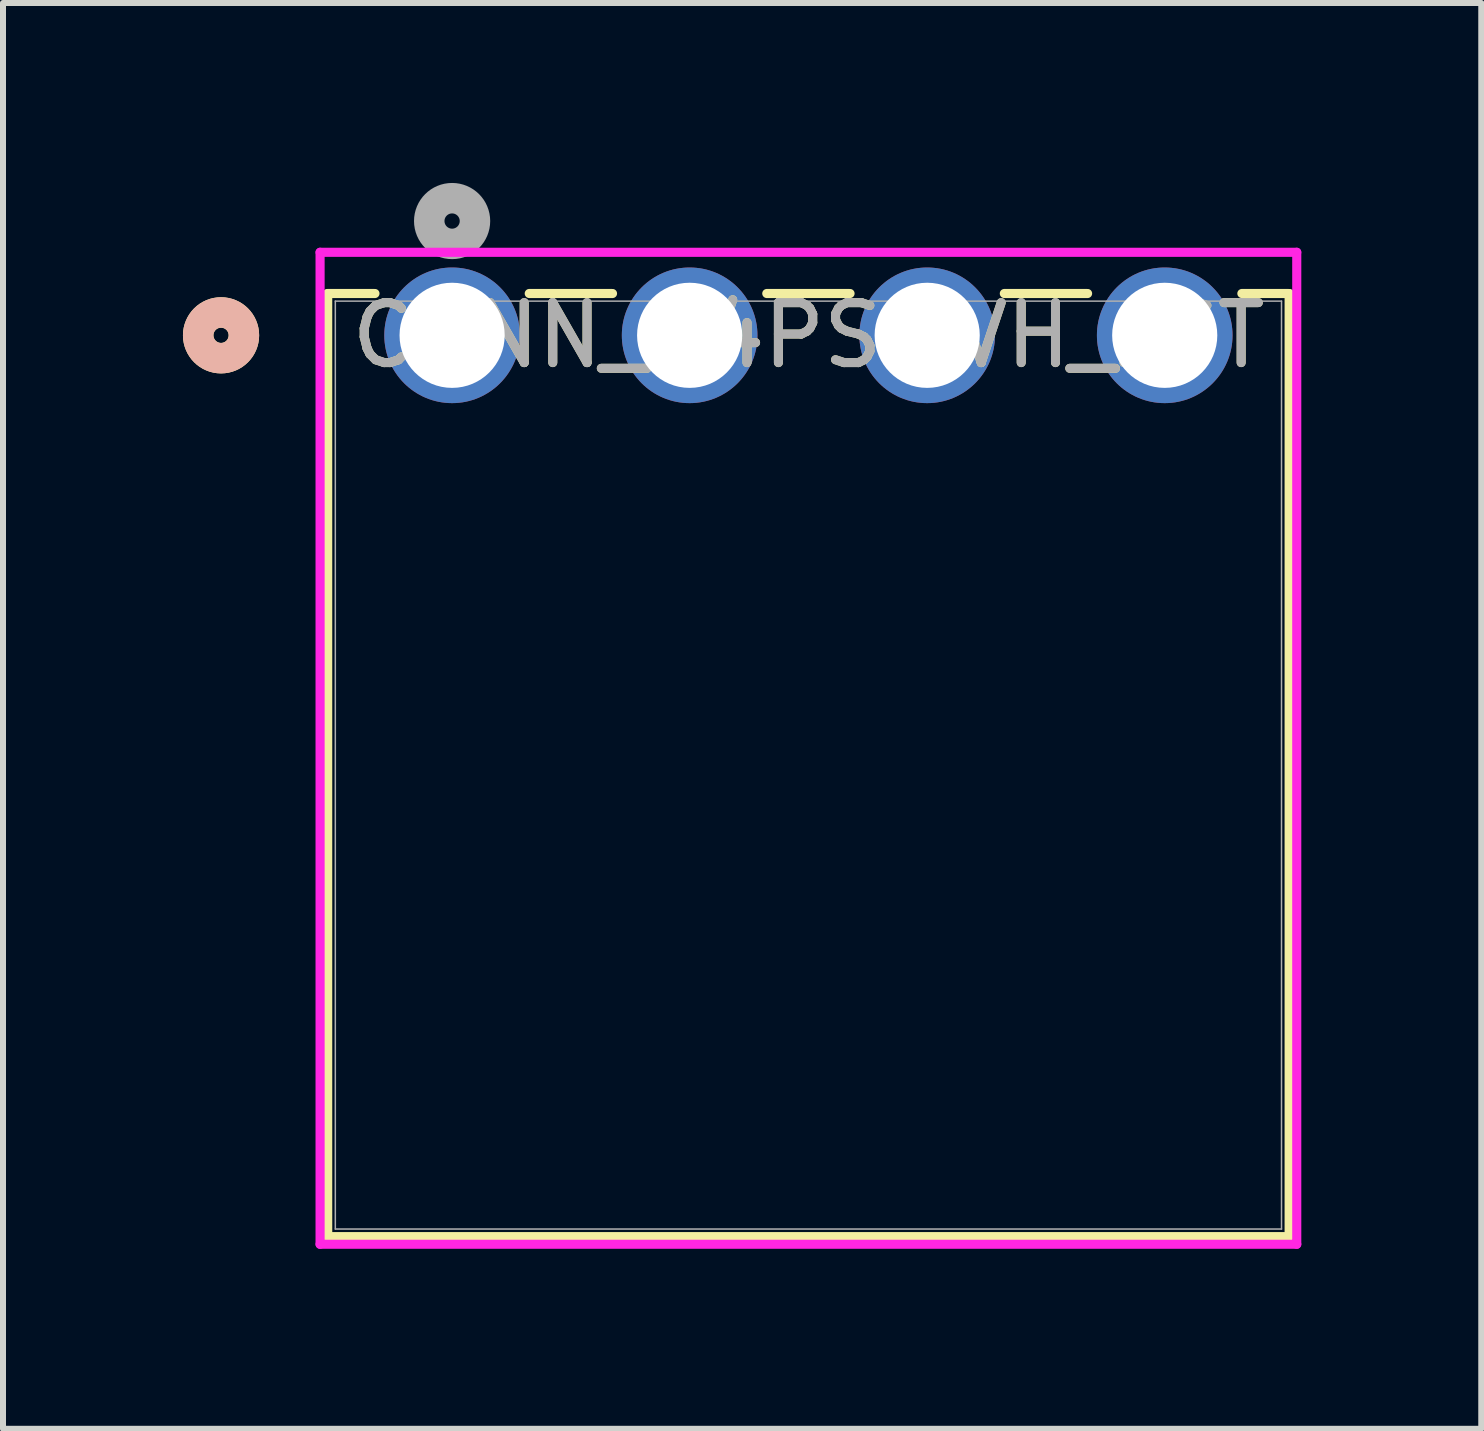
<source format=kicad_pcb>
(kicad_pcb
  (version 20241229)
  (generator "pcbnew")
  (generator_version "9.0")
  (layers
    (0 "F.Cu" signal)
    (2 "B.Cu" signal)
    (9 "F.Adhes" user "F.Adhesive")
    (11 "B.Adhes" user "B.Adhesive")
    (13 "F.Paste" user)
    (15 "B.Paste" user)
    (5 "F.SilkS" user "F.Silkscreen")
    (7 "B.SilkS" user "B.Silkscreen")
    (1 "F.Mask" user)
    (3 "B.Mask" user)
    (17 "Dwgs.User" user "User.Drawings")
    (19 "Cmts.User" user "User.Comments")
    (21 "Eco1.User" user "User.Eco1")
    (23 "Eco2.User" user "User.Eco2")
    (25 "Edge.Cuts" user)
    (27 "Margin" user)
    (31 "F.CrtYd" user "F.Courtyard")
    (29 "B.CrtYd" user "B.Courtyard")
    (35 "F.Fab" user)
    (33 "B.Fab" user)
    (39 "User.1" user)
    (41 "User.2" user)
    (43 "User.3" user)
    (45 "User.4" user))
  (footprint "CONN_B4PS-VH_JST"
    (layer "F.Cu")
    (at 4.487 2.54)
    (property "Reference" "CONN_B4PS-VH_JST" (at 5.94 0 0) (unlocked yes) (layer "F.SilkS") (effects (font (size 1 1) (thickness 0.15))))
    (attr through_hole)
    (fp_line (start -2.074 -0.697) (end -2.074 15.026) (stroke (width 0.152) (type solid)) (layer "F.SilkS"))
    (fp_line (start -2.074 15.026) (end 13.954 15.026) (stroke (width 0.152) (type solid)) (layer "F.SilkS"))
    (fp_line (start -1.286 -0.697) (end -2.074 -0.697) (stroke (width 0.152) (type solid)) (layer "F.SilkS"))
    (fp_line (start 2.674 -0.697) (end 1.286 -0.697) (stroke (width 0.152) (type solid)) (layer "F.SilkS"))
    (fp_line (start 6.634 -0.697) (end 5.246 -0.697) (stroke (width 0.152) (type solid)) (layer "F.SilkS"))
    (fp_line (start 10.594 -0.697) (end 9.206 -0.697) (stroke (width 0.152) (type solid)) (layer "F.SilkS"))
    (fp_line (start 13.954 -0.697) (end 13.166 -0.697) (stroke (width 0.152) (type solid)) (layer "F.SilkS"))
    (fp_line (start 13.954 15.026) (end 13.954 -0.697) (stroke (width 0.152) (type solid)) (layer "F.SilkS"))
    (fp_circle (center -3.852 0) (end -3.471 0) (stroke (width 0.508) (type solid)) (fill no) (layer "F.SilkS"))
    (fp_circle (center -3.852 0) (end -3.471 0) (stroke (width 0.508) (type solid)) (fill no) (layer "B.SilkS"))
    (fp_line (start -2.201 -1.384) (end -2.201 15.153) (stroke (width 0.152) (type solid)) (layer "F.CrtYd"))
    (fp_line (start -2.201 15.153) (end 14.081 15.153) (stroke (width 0.152) (type solid)) (layer "F.CrtYd"))
    (fp_line (start 14.081 -1.384) (end -2.201 -1.384) (stroke (width 0.152) (type solid)) (layer "F.CrtYd"))
    (fp_line (start 14.081 15.153) (end 14.081 -1.384) (stroke (width 0.152) (type solid)) (layer "F.CrtYd"))
    (fp_line (start -1.947 -0.57) (end -1.947 14.899) (stroke (width 0.025) (type solid)) (layer "F.Fab"))
    (fp_line (start -1.947 14.899) (end 13.827 14.899) (stroke (width 0.025) (type solid)) (layer "F.Fab"))
    (fp_line (start 13.827 -0.57) (end -1.947 -0.57) (stroke (width 0.025) (type solid)) (layer "F.Fab"))
    (fp_line (start 13.827 14.899) (end 13.827 -0.57) (stroke (width 0.025) (type solid)) (layer "F.Fab"))
    (fp_circle (center 0 -1.905) (end 0.381 -1.905) (stroke (width 0.508) (type solid)) (fill no) (layer "F.Fab"))
    (fp_text user "${REFERENCE}" (at 5.94 0 0) (unlocked yes) (layer "F.Fab") (effects (font (size 1 1) (thickness 0.15))))
    (pad "1" thru_hole circle (at 0 0) (size 2.261 2.261) (drill 1.753) (layers "*.Cu" "*.Mask"))
    (pad "2" thru_hole circle (at 3.96 0) (size 2.261 2.261) (drill 1.753) (layers "*.Cu" "*.Mask"))
    (pad "3" thru_hole circle (at 7.92 0) (size 2.261 2.261) (drill 1.753) (layers "*.Cu" "*.Mask"))
    (pad "4" thru_hole circle (at 11.88 0) (size 2.261 2.261) (drill 1.753) (layers "*.Cu" "*.Mask")))
  (gr_rect
    (start -3 -3)
    (end 21.644 20.769)
    (stroke (width 0.1) (type default))
    (fill no)
    (layer "Edge.Cuts")))
</source>
